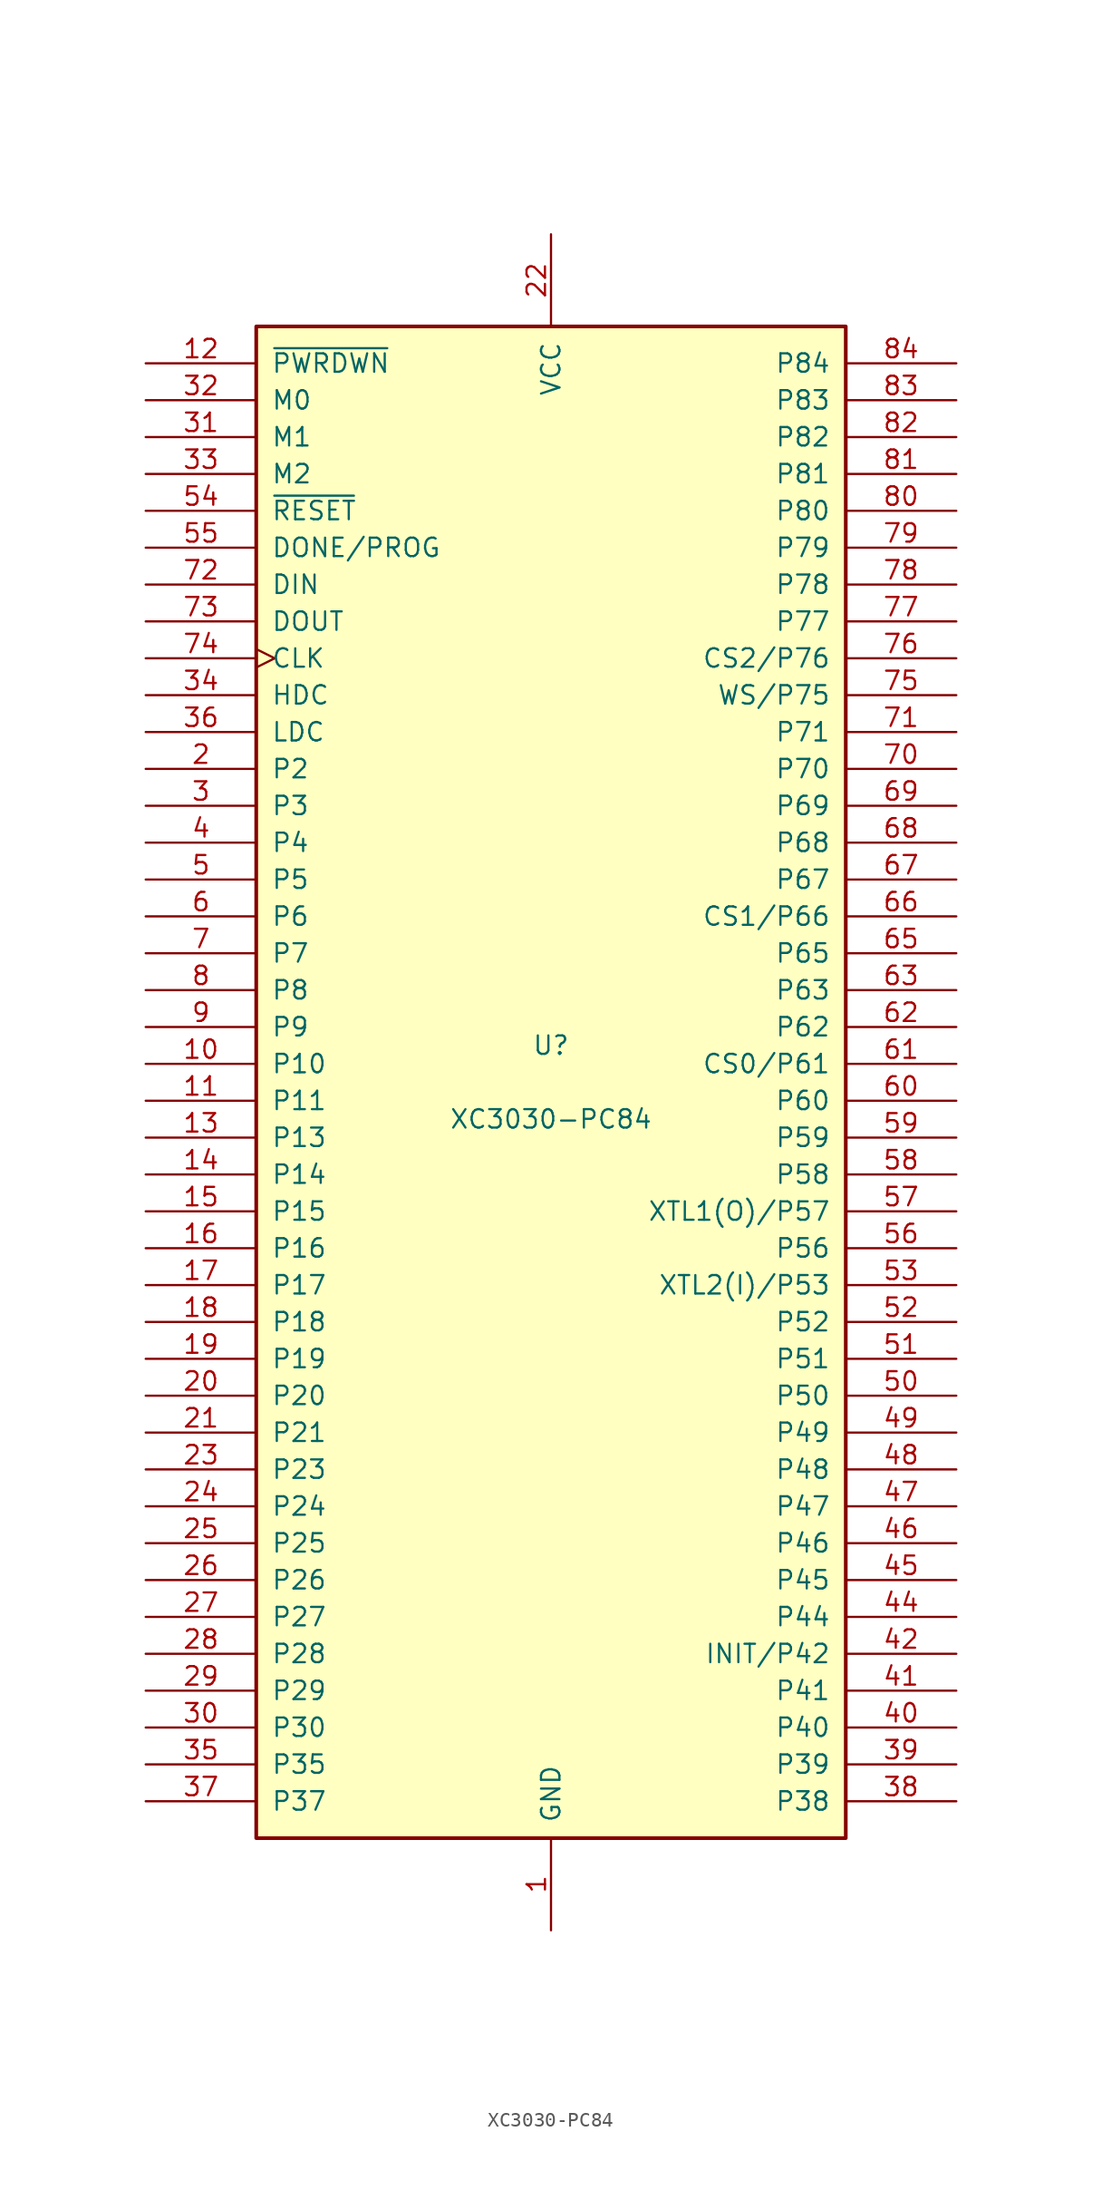
<source format=kicad_sym>
(kicad_symbol_lib
  (version 20241209)
  (generator "kicad_symbol_editor")
  (generator_version "9.0")
  (symbol "XC3030-PC84"
    (pin_names
      (offset 1.016))
    (property "Reference" "U"
      (at 0 2.54 0)
      (effects (font (size 1.27 1.27))))
    (property "Value" "XC3030-PC84"
      (at 0 -2.54 0)
      (effects (font (size 1.27 1.27))))
    (symbol "XC3030-PC84_0_1"
      (rectangle (start -20.32 -52.07) (end 20.32 52.07) (stroke (width 0.254) (type default)) (fill (type background))))
    (symbol "XC3030-PC84_1_1"
      (pin input line (at -27.94 49.53 0) (length 7.62) (name "~{PWRDWN}" (effects (font (size 1.27 1.27)))) (number "12" (effects (font (size 1.27 1.27)))))
      (pin input line (at -27.94 46.99 0) (length 7.62) (name "M0" (effects (font (size 1.27 1.27)))) (number "32" (effects (font (size 1.27 1.27)))))
      (pin input line (at -27.94 44.45 0) (length 7.62) (name "M1" (effects (font (size 1.27 1.27)))) (number "31" (effects (font (size 1.27 1.27)))))
      (pin bidirectional line (at -27.94 41.91 0) (length 7.62) (name "M2" (effects (font (size 1.27 1.27)))) (number "33" (effects (font (size 1.27 1.27)))))
      (pin input line (at -27.94 39.37 0) (length 7.62) (name "~{RESET}" (effects (font (size 1.27 1.27)))) (number "54" (effects (font (size 1.27 1.27)))))
      (pin bidirectional line (at -27.94 36.83 0) (length 7.62) (name "DONE/PROG" (effects (font (size 1.27 1.27)))) (number "55" (effects (font (size 1.27 1.27)))))
      (pin input line (at -27.94 34.29 0) (length 7.62) (name "DIN" (effects (font (size 1.27 1.27)))) (number "72" (effects (font (size 1.27 1.27)))))
      (pin passive line (at -27.94 31.75 0) (length 7.62) (name "DOUT" (effects (font (size 1.27 1.27)))) (number "73" (effects (font (size 1.27 1.27)))))
      (pin bidirectional clock (at -27.94 29.21 0) (length 7.62) (name "CLK" (effects (font (size 1.27 1.27)))) (number "74" (effects (font (size 1.27 1.27)))))
      (pin passive line (at -27.94 26.67 0) (length 7.62) (name "HDC" (effects (font (size 1.27 1.27)))) (number "34" (effects (font (size 1.27 1.27)))))
      (pin passive line (at -27.94 24.13 0) (length 7.62) (name "LDC" (effects (font (size 1.27 1.27)))) (number "36" (effects (font (size 1.27 1.27)))))
      (pin passive line (at -27.94 21.59 0) (length 7.62) (name "P2" (effects (font (size 1.27 1.27)))) (number "2" (effects (font (size 1.27 1.27)))))
      (pin passive line (at -27.94 19.05 0) (length 7.62) (name "P3" (effects (font (size 1.27 1.27)))) (number "3" (effects (font (size 1.27 1.27)))))
      (pin passive line (at -27.94 16.51 0) (length 7.62) (name "P4" (effects (font (size 1.27 1.27)))) (number "4" (effects (font (size 1.27 1.27)))))
      (pin passive line (at -27.94 13.97 0) (length 7.62) (name "P5" (effects (font (size 1.27 1.27)))) (number "5" (effects (font (size 1.27 1.27)))))
      (pin passive line (at -27.94 11.43 0) (length 7.62) (name "P6" (effects (font (size 1.27 1.27)))) (number "6" (effects (font (size 1.27 1.27)))))
      (pin passive line (at -27.94 8.89 0) (length 7.62) (name "P7" (effects (font (size 1.27 1.27)))) (number "7" (effects (font (size 1.27 1.27)))))
      (pin passive line (at -27.94 6.35 0) (length 7.62) (name "P8" (effects (font (size 1.27 1.27)))) (number "8" (effects (font (size 1.27 1.27)))))
      (pin passive line (at -27.94 3.81 0) (length 7.62) (name "P9" (effects (font (size 1.27 1.27)))) (number "9" (effects (font (size 1.27 1.27)))))
      (pin passive line (at -27.94 1.27 0) (length 7.62) (name "P10" (effects (font (size 1.27 1.27)))) (number "10" (effects (font (size 1.27 1.27)))))
      (pin passive line (at -27.94 -1.27 0) (length 7.62) (name "P11" (effects (font (size 1.27 1.27)))) (number "11" (effects (font (size 1.27 1.27)))))
      (pin passive line (at -27.94 -3.81 0) (length 7.62) (name "P13" (effects (font (size 1.27 1.27)))) (number "13" (effects (font (size 1.27 1.27)))))
      (pin passive line (at -27.94 -6.35 0) (length 7.62) (name "P14" (effects (font (size 1.27 1.27)))) (number "14" (effects (font (size 1.27 1.27)))))
      (pin passive line (at -27.94 -8.89 0) (length 7.62) (name "P15" (effects (font (size 1.27 1.27)))) (number "15" (effects (font (size 1.27 1.27)))))
      (pin passive line (at -27.94 -11.43 0) (length 7.62) (name "P16" (effects (font (size 1.27 1.27)))) (number "16" (effects (font (size 1.27 1.27)))))
      (pin passive line (at -27.94 -13.97 0) (length 7.62) (name "P17" (effects (font (size 1.27 1.27)))) (number "17" (effects (font (size 1.27 1.27)))))
      (pin passive line (at -27.94 -16.51 0) (length 7.62) (name "P18" (effects (font (size 1.27 1.27)))) (number "18" (effects (font (size 1.27 1.27)))))
      (pin passive line (at -27.94 -19.05 0) (length 7.62) (name "P19" (effects (font (size 1.27 1.27)))) (number "19" (effects (font (size 1.27 1.27)))))
      (pin passive line (at -27.94 -21.59 0) (length 7.62) (name "P20" (effects (font (size 1.27 1.27)))) (number "20" (effects (font (size 1.27 1.27)))))
      (pin passive line (at -27.94 -24.13 0) (length 7.62) (name "P21" (effects (font (size 1.27 1.27)))) (number "21" (effects (font (size 1.27 1.27)))))
      (pin passive line (at -27.94 -26.67 0) (length 7.62) (name "P23" (effects (font (size 1.27 1.27)))) (number "23" (effects (font (size 1.27 1.27)))))
      (pin passive line (at -27.94 -29.21 0) (length 7.62) (name "P24" (effects (font (size 1.27 1.27)))) (number "24" (effects (font (size 1.27 1.27)))))
      (pin passive line (at -27.94 -31.75 0) (length 7.62) (name "P25" (effects (font (size 1.27 1.27)))) (number "25" (effects (font (size 1.27 1.27)))))
      (pin passive line (at -27.94 -34.29 0) (length 7.62) (name "P26" (effects (font (size 1.27 1.27)))) (number "26" (effects (font (size 1.27 1.27)))))
      (pin passive line (at -27.94 -36.83 0) (length 7.62) (name "P27" (effects (font (size 1.27 1.27)))) (number "27" (effects (font (size 1.27 1.27)))))
      (pin passive line (at -27.94 -39.37 0) (length 7.62) (name "P28" (effects (font (size 1.27 1.27)))) (number "28" (effects (font (size 1.27 1.27)))))
      (pin passive line (at -27.94 -41.91 0) (length 7.62) (name "P29" (effects (font (size 1.27 1.27)))) (number "29" (effects (font (size 1.27 1.27)))))
      (pin passive line (at -27.94 -44.45 0) (length 7.62) (name "P30" (effects (font (size 1.27 1.27)))) (number "30" (effects (font (size 1.27 1.27)))))
      (pin passive line (at -27.94 -46.99 0) (length 7.62) (name "P35" (effects (font (size 1.27 1.27)))) (number "35" (effects (font (size 1.27 1.27)))))
      (pin passive line (at -27.94 -49.53 0) (length 7.62) (name "P37" (effects (font (size 1.27 1.27)))) (number "37" (effects (font (size 1.27 1.27)))))
      (pin power_in line (at 0 58.42 270) (length 6.35) (name "VCC" (effects (font (size 1.27 1.27)))) (number "22" (effects (font (size 1.27 1.27)))))
      (pin passive line (at 0 58.42 270) (length 6.35) (hide yes) (name "VCC" (effects (font (size 1.27 1.27)))) (number "64" (effects (font (size 1.27 1.27)))))
      (pin power_in line (at 0 -58.42 90) (length 6.35) (name "GND" (effects (font (size 1.27 1.27)))) (number "1" (effects (font (size 1.27 1.27)))))
      (pin passive line (at 0 -58.42 90) (length 6.35) (hide yes) (name "GND" (effects (font (size 1.27 1.27)))) (number "43" (effects (font (size 1.27 1.27)))))
      (pin passive line (at 27.94 49.53 180) (length 7.62) (name "P84" (effects (font (size 1.27 1.27)))) (number "84" (effects (font (size 1.27 1.27)))))
      (pin passive line (at 27.94 46.99 180) (length 7.62) (name "P83" (effects (font (size 1.27 1.27)))) (number "83" (effects (font (size 1.27 1.27)))))
      (pin passive line (at 27.94 44.45 180) (length 7.62) (name "P82" (effects (font (size 1.27 1.27)))) (number "82" (effects (font (size 1.27 1.27)))))
      (pin passive line (at 27.94 41.91 180) (length 7.62) (name "P81" (effects (font (size 1.27 1.27)))) (number "81" (effects (font (size 1.27 1.27)))))
      (pin passive line (at 27.94 39.37 180) (length 7.62) (name "P80" (effects (font (size 1.27 1.27)))) (number "80" (effects (font (size 1.27 1.27)))))
      (pin passive line (at 27.94 36.83 180) (length 7.62) (name "P79" (effects (font (size 1.27 1.27)))) (number "79" (effects (font (size 1.27 1.27)))))
      (pin passive line (at 27.94 34.29 180) (length 7.62) (name "P78" (effects (font (size 1.27 1.27)))) (number "78" (effects (font (size 1.27 1.27)))))
      (pin passive line (at 27.94 31.75 180) (length 7.62) (name "P77" (effects (font (size 1.27 1.27)))) (number "77" (effects (font (size 1.27 1.27)))))
      (pin passive line (at 27.94 29.21 180) (length 7.62) (name "CS2/P76" (effects (font (size 1.27 1.27)))) (number "76" (effects (font (size 1.27 1.27)))))
      (pin passive line (at 27.94 26.67 180) (length 7.62) (name "WS/P75" (effects (font (size 1.27 1.27)))) (number "75" (effects (font (size 1.27 1.27)))))
      (pin passive line (at 27.94 24.13 180) (length 7.62) (name "P71" (effects (font (size 1.27 1.27)))) (number "71" (effects (font (size 1.27 1.27)))))
      (pin passive line (at 27.94 21.59 180) (length 7.62) (name "P70" (effects (font (size 1.27 1.27)))) (number "70" (effects (font (size 1.27 1.27)))))
      (pin passive line (at 27.94 19.05 180) (length 7.62) (name "P69" (effects (font (size 1.27 1.27)))) (number "69" (effects (font (size 1.27 1.27)))))
      (pin passive line (at 27.94 16.51 180) (length 7.62) (name "P68" (effects (font (size 1.27 1.27)))) (number "68" (effects (font (size 1.27 1.27)))))
      (pin passive line (at 27.94 13.97 180) (length 7.62) (name "P67" (effects (font (size 1.27 1.27)))) (number "67" (effects (font (size 1.27 1.27)))))
      (pin passive line (at 27.94 11.43 180) (length 7.62) (name "CS1/P66" (effects (font (size 1.27 1.27)))) (number "66" (effects (font (size 1.27 1.27)))))
      (pin passive line (at 27.94 8.89 180) (length 7.62) (name "P65" (effects (font (size 1.27 1.27)))) (number "65" (effects (font (size 1.27 1.27)))))
      (pin passive line (at 27.94 6.35 180) (length 7.62) (name "P63" (effects (font (size 1.27 1.27)))) (number "63" (effects (font (size 1.27 1.27)))))
      (pin passive line (at 27.94 3.81 180) (length 7.62) (name "P62" (effects (font (size 1.27 1.27)))) (number "62" (effects (font (size 1.27 1.27)))))
      (pin passive line (at 27.94 1.27 180) (length 7.62) (name "CS0/P61" (effects (font (size 1.27 1.27)))) (number "61" (effects (font (size 1.27 1.27)))))
      (pin passive line (at 27.94 -1.27 180) (length 7.62) (name "P60" (effects (font (size 1.27 1.27)))) (number "60" (effects (font (size 1.27 1.27)))))
      (pin passive line (at 27.94 -3.81 180) (length 7.62) (name "P59" (effects (font (size 1.27 1.27)))) (number "59" (effects (font (size 1.27 1.27)))))
      (pin passive line (at 27.94 -6.35 180) (length 7.62) (name "P58" (effects (font (size 1.27 1.27)))) (number "58" (effects (font (size 1.27 1.27)))))
      (pin passive line (at 27.94 -8.89 180) (length 7.62) (name "XTL1(O)/P57" (effects (font (size 1.27 1.27)))) (number "57" (effects (font (size 1.27 1.27)))))
      (pin passive line (at 27.94 -11.43 180) (length 7.62) (name "P56" (effects (font (size 1.27 1.27)))) (number "56" (effects (font (size 1.27 1.27)))))
      (pin passive line (at 27.94 -13.97 180) (length 7.62) (name "XTL2(I)/P53" (effects (font (size 1.27 1.27)))) (number "53" (effects (font (size 1.27 1.27)))))
      (pin passive line (at 27.94 -16.51 180) (length 7.62) (name "P52" (effects (font (size 1.27 1.27)))) (number "52" (effects (font (size 1.27 1.27)))))
      (pin passive line (at 27.94 -19.05 180) (length 7.62) (name "P51" (effects (font (size 1.27 1.27)))) (number "51" (effects (font (size 1.27 1.27)))))
      (pin passive line (at 27.94 -21.59 180) (length 7.62) (name "P50" (effects (font (size 1.27 1.27)))) (number "50" (effects (font (size 1.27 1.27)))))
      (pin passive line (at 27.94 -24.13 180) (length 7.62) (name "P49" (effects (font (size 1.27 1.27)))) (number "49" (effects (font (size 1.27 1.27)))))
      (pin passive line (at 27.94 -26.67 180) (length 7.62) (name "P48" (effects (font (size 1.27 1.27)))) (number "48" (effects (font (size 1.27 1.27)))))
      (pin passive line (at 27.94 -29.21 180) (length 7.62) (name "P47" (effects (font (size 1.27 1.27)))) (number "47" (effects (font (size 1.27 1.27)))))
      (pin passive line (at 27.94 -31.75 180) (length 7.62) (name "P46" (effects (font (size 1.27 1.27)))) (number "46" (effects (font (size 1.27 1.27)))))
      (pin passive line (at 27.94 -34.29 180) (length 7.62) (name "P45" (effects (font (size 1.27 1.27)))) (number "45" (effects (font (size 1.27 1.27)))))
      (pin passive line (at 27.94 -36.83 180) (length 7.62) (name "P44" (effects (font (size 1.27 1.27)))) (number "44" (effects (font (size 1.27 1.27)))))
      (pin passive line (at 27.94 -39.37 180) (length 7.62) (name "INIT/P42" (effects (font (size 1.27 1.27)))) (number "42" (effects (font (size 1.27 1.27)))))
      (pin passive line (at 27.94 -41.91 180) (length 7.62) (name "P41" (effects (font (size 1.27 1.27)))) (number "41" (effects (font (size 1.27 1.27)))))
      (pin passive line (at 27.94 -44.45 180) (length 7.62) (name "P40" (effects (font (size 1.27 1.27)))) (number "40" (effects (font (size 1.27 1.27)))))
      (pin passive line (at 27.94 -46.99 180) (length 7.62) (name "P39" (effects (font (size 1.27 1.27)))) (number "39" (effects (font (size 1.27 1.27)))))
      (pin passive line (at 27.94 -49.53 180) (length 7.62) (name "P38" (effects (font (size 1.27 1.27)))) (number "38" (effects (font (size 1.27 1.27))))))))
</source>
